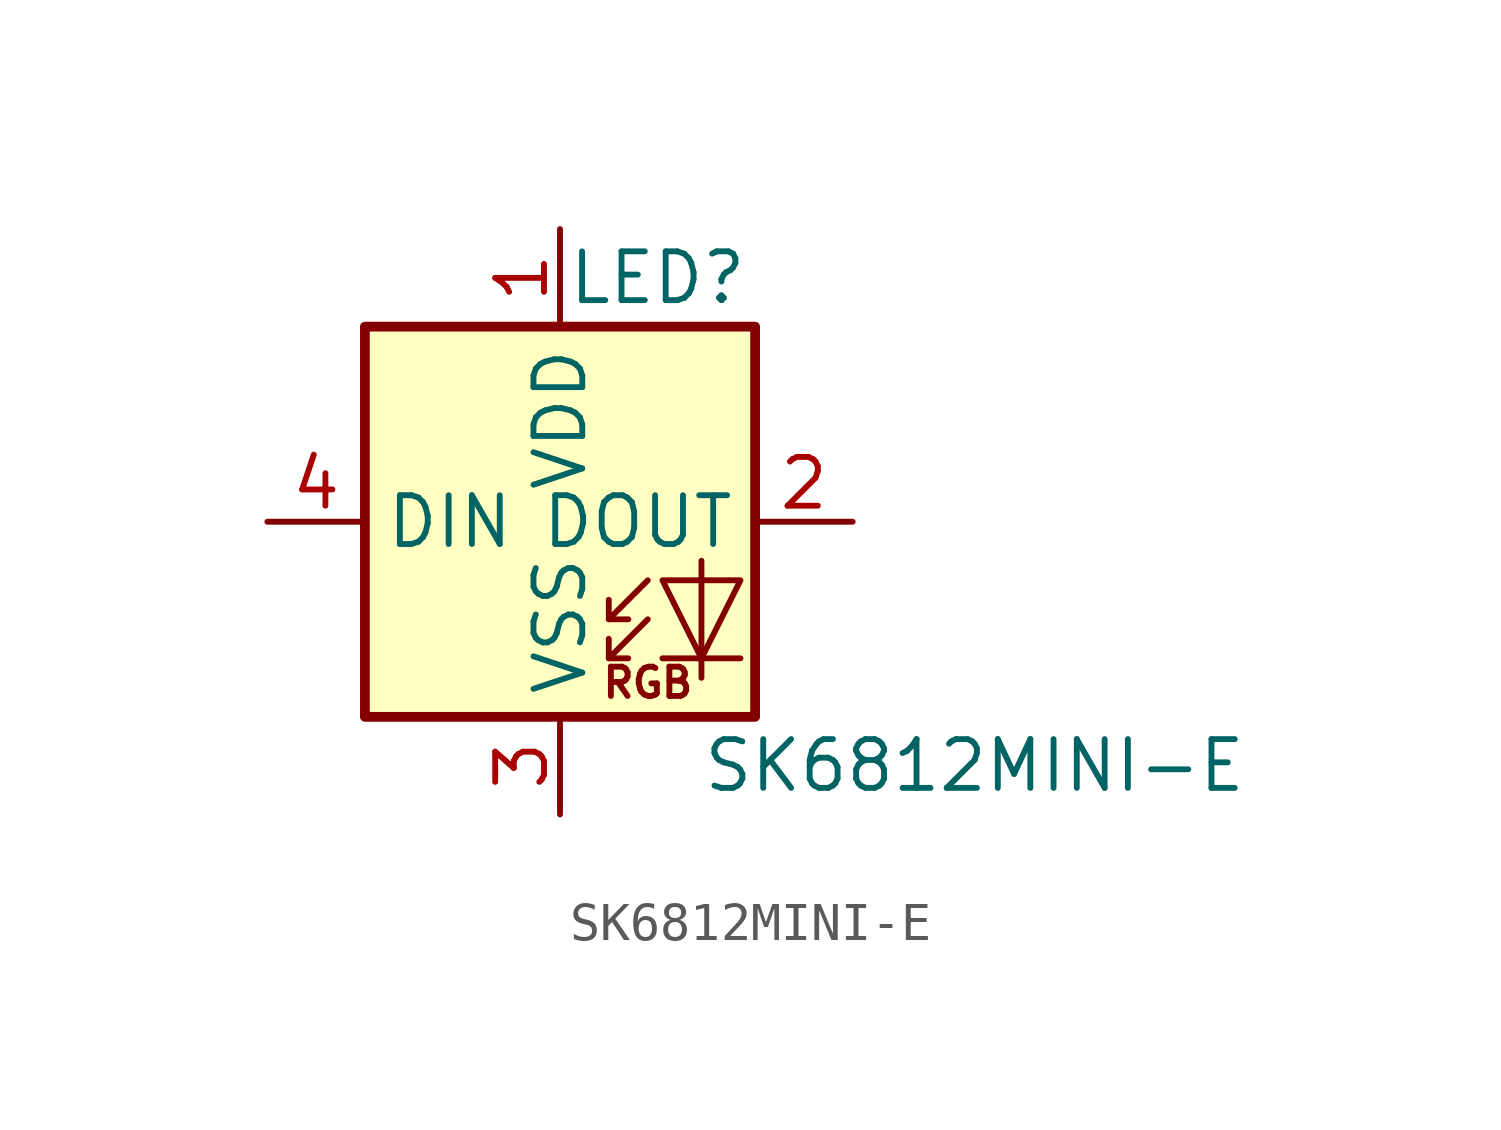
<source format=kicad_sym>
(kicad_symbol_lib
  (version 20231120)
  (generator "kicad_symbol_editor")
  (generator_version "8.0")
  (symbol "SK6812MINI-E"
    (property "Reference" "LED"
      (at 2.54 6.35 0)
      (effects (font (size 1.27 1.27))))
    (property "Value" "SK6812MINI-E"
      (at 10.795 -6.35 0)
      (effects (font (size 1.27 1.27))))
    (symbol "SK6812MINI-E_0_0"
      (text "RGB" (at 2.286 -4.191 0) (effects (font (size 0.762 0.762)))))
    (symbol "SK6812MINI-E_0_1"
      (rectangle (start -5.08 5.08) (end 5.08 -5.08) (stroke (width 0.254) (type default)) (fill (type background)))
      (polyline (pts (xy 1.27 -3.556) (xy 1.778 -3.556)) (stroke (width 0) (type default)) (fill (type none)))
      (polyline (pts (xy 1.27 -2.54) (xy 1.778 -2.54)) (stroke (width 0) (type default)) (fill (type none)))
      (polyline (pts (xy 4.699 -3.556) (xy 2.667 -3.556)) (stroke (width 0) (type default)) (fill (type none)))
      (polyline (pts (xy 2.286 -2.54) (xy 1.27 -3.556) (xy 1.27 -3.048)) (stroke (width 0) (type default)) (fill (type none)))
      (polyline (pts (xy 2.286 -1.524) (xy 1.27 -2.54) (xy 1.27 -2.032)) (stroke (width 0) (type default)) (fill (type none)))
      (polyline (pts (xy 3.683 -1.016) (xy 3.683 -3.556) (xy 3.683 -4.064)) (stroke (width 0) (type default)) (fill (type none)))
      (polyline (pts (xy 4.699 -1.524) (xy 2.667 -1.524) (xy 3.683 -3.556) (xy 4.699 -1.524)) (stroke (width 0) (type default)) (fill (type none))))
    (symbol "SK6812MINI-E_1_1"
      (pin power_in line (at 0 7.62 270) (length 2.54) (name "VDD" (effects (font (size 1.27 1.27)))) (number "1" (effects (font (size 1.27 1.27)))))
      (pin output line (at 7.62 0 180) (length 2.54) (name "DOUT" (effects (font (size 1.27 1.27)))) (number "2" (effects (font (size 1.27 1.27)))))
      (pin power_in line (at 0 -7.62 90) (length 2.54) (name "VSS" (effects (font (size 1.27 1.27)))) (number "3" (effects (font (size 1.27 1.27)))))
      (pin input line (at -7.62 0 0) (length 2.54) (name "DIN" (effects (font (size 1.27 1.27)))) (number "4" (effects (font (size 1.27 1.27))))))))
</source>
